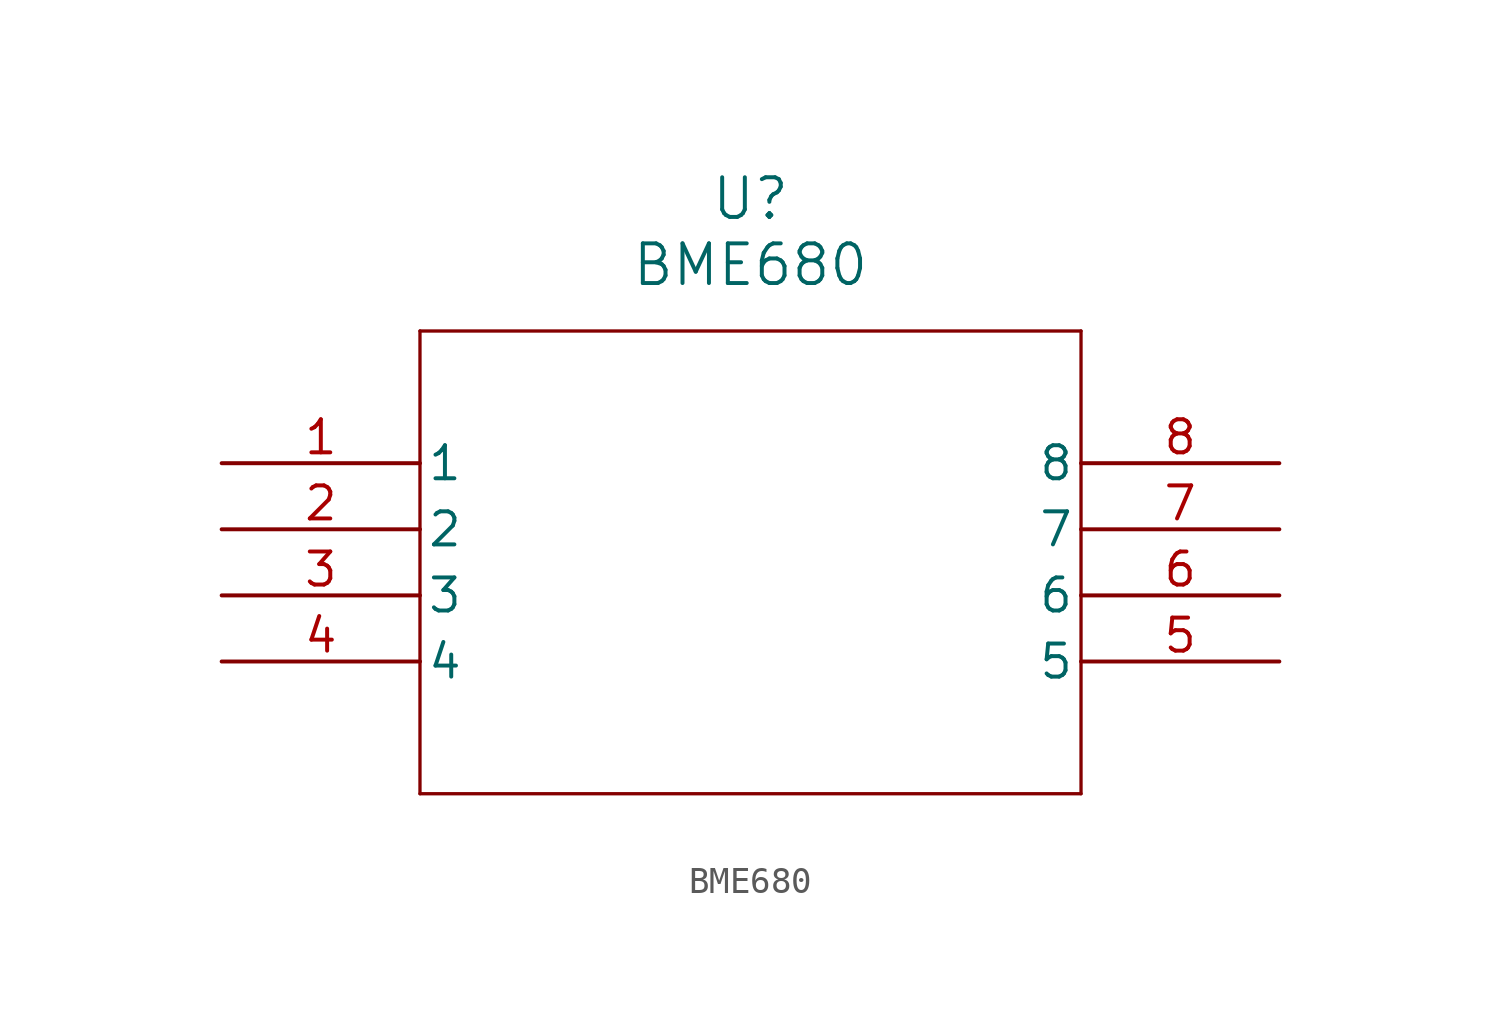
<source format=kicad_sym>
(kicad_symbol_lib
  (version 20211014)
  (generator kicad_symbol_editor)
  (symbol "BME680"
    (pin_names
      (offset 0.254))
    (property "Reference" "U"
      (at 20.32 10.16 0)
      (effects (font (size 1.524 1.524))))
    (property "Value" "BME680"
      (at 20.32 7.62 0)
      (effects (font (size 1.524 1.524))))
    (symbol "BME680_0_1"
      (polyline (pts (xy 7.62 5.08) (xy 7.62 -12.7)) (stroke (width 0.127) (type default) (color 0 0 0 0)) (fill (type none)))
      (polyline (pts (xy 7.62 -12.7) (xy 33.02 -12.7)) (stroke (width 0.127) (type default) (color 0 0 0 0)) (fill (type none)))
      (polyline (pts (xy 33.02 -12.7) (xy 33.02 5.08)) (stroke (width 0.127) (type default) (color 0 0 0 0)) (fill (type none)))
      (polyline (pts (xy 33.02 5.08) (xy 7.62 5.08)) (stroke (width 0.127) (type default) (color 0 0 0 0)) (fill (type none)))
      (pin unspecified line (at 0 0 0) (length 7.62) (name "1" (effects (font (size 1.27 1.27)))) (number "1" (effects (font (size 1.27 1.27)))))
      (pin unspecified line (at 0 -2.54 0) (length 7.62) (name "2" (effects (font (size 1.27 1.27)))) (number "2" (effects (font (size 1.27 1.27)))))
      (pin unspecified line (at 0 -5.08 0) (length 7.62) (name "3" (effects (font (size 1.27 1.27)))) (number "3" (effects (font (size 1.27 1.27)))))
      (pin unspecified line (at 0 -7.62 0) (length 7.62) (name "4" (effects (font (size 1.27 1.27)))) (number "4" (effects (font (size 1.27 1.27)))))
      (pin unspecified line (at 40.64 -7.62 180) (length 7.62) (name "5" (effects (font (size 1.27 1.27)))) (number "5" (effects (font (size 1.27 1.27)))))
      (pin unspecified line (at 40.64 -5.08 180) (length 7.62) (name "6" (effects (font (size 1.27 1.27)))) (number "6" (effects (font (size 1.27 1.27)))))
      (pin unspecified line (at 40.64 -2.54 180) (length 7.62) (name "7" (effects (font (size 1.27 1.27)))) (number "7" (effects (font (size 1.27 1.27)))))
      (pin unspecified line (at 40.64 0 180) (length 7.62) (name "8" (effects (font (size 1.27 1.27)))) (number "8" (effects (font (size 1.27 1.27))))))))
</source>
